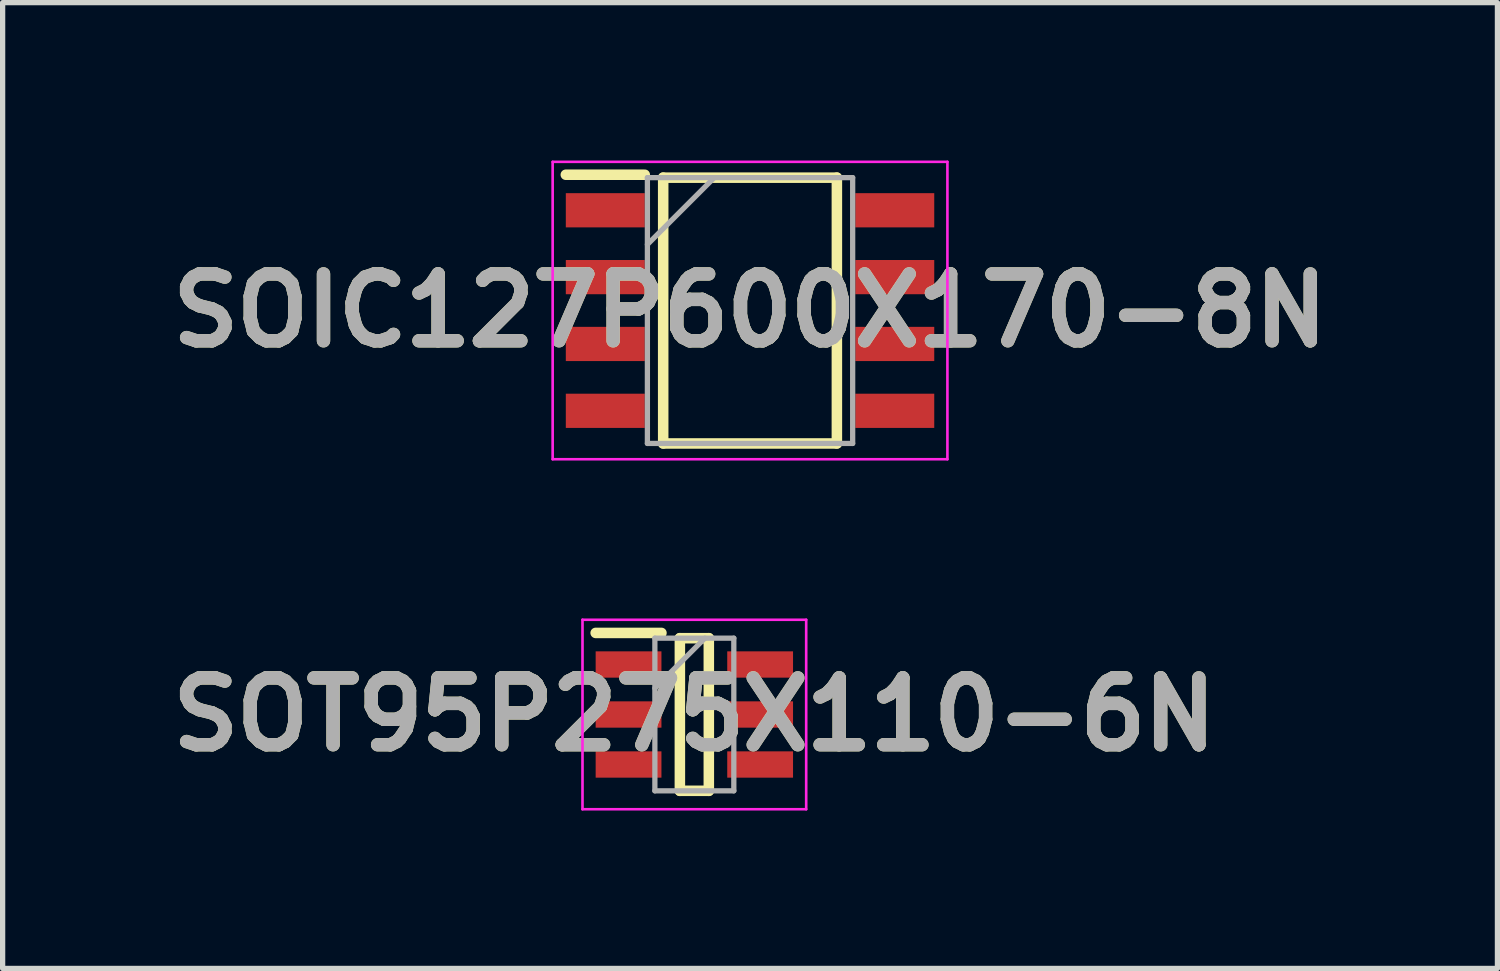
<source format=kicad_pcb>
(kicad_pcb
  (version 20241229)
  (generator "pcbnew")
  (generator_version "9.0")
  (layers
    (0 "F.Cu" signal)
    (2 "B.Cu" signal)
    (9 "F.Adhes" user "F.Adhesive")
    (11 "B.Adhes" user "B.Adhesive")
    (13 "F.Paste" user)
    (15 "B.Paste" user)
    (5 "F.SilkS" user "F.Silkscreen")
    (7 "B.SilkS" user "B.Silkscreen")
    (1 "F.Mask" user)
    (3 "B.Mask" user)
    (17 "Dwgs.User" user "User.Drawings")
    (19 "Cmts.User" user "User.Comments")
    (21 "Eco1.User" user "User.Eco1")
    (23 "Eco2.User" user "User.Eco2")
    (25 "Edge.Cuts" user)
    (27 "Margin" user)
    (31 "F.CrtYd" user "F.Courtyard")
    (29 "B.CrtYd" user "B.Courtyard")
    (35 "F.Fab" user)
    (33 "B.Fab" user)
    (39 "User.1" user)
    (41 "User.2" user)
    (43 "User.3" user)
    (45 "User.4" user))
  (footprint "SOT95P275X110-6N"
    (layer "F.Cu")
    (at 10.142 10.525)
    (property "Reference" "SOT95P275X110-6N" (at 0 0 0) (layer "F.SilkS") (effects (font (size 1.27 1.27) (thickness 0.254))))
    (attr smd)
    (fp_line (start -1.875 -1.55) (end -0.625 -1.55) (stroke (width 0.2) (type solid)) (layer "F.SilkS"))
    (fp_line (start -0.275 -1.45) (end 0.275 -1.45) (stroke (width 0.2) (type solid)) (layer "F.SilkS"))
    (fp_line (start -0.275 1.45) (end -0.275 -1.45) (stroke (width 0.2) (type solid)) (layer "F.SilkS"))
    (fp_line (start 0.275 -1.45) (end 0.275 1.45) (stroke (width 0.2) (type solid)) (layer "F.SilkS"))
    (fp_line (start 0.275 1.45) (end -0.275 1.45) (stroke (width 0.2) (type solid)) (layer "F.SilkS"))
    (fp_line (start -2.125 -1.8) (end 2.125 -1.8) (stroke (width 0.05) (type solid)) (layer "F.CrtYd"))
    (fp_line (start -2.125 1.8) (end -2.125 -1.8) (stroke (width 0.05) (type solid)) (layer "F.CrtYd"))
    (fp_line (start 2.125 -1.8) (end 2.125 1.8) (stroke (width 0.05) (type solid)) (layer "F.CrtYd"))
    (fp_line (start 2.125 1.8) (end -2.125 1.8) (stroke (width 0.05) (type solid)) (layer "F.CrtYd"))
    (fp_line (start -0.75 -1.45) (end 0.75 -1.45) (stroke (width 0.1) (type solid)) (layer "F.Fab"))
    (fp_line (start -0.75 -0.5) (end 0.2 -1.45) (stroke (width 0.1) (type solid)) (layer "F.Fab"))
    (fp_line (start -0.75 1.45) (end -0.75 -1.45) (stroke (width 0.1) (type solid)) (layer "F.Fab"))
    (fp_line (start 0.75 -1.45) (end 0.75 1.45) (stroke (width 0.1) (type solid)) (layer "F.Fab"))
    (fp_line (start 0.75 1.45) (end -0.75 1.45) (stroke (width 0.1) (type solid)) (layer "F.Fab"))
    (fp_text user "${REFERENCE}" (at 0 0 0) (layer "F.Fab") (effects (font (size 1.27 1.27) (thickness 0.254))))
    (pad "1" smd rect (at -1.25 -0.95 90) (size 0.5 1.25) (layers "F.Cu" "F.Mask" "F.Paste"))
    (pad "2" smd rect (at -1.25 0 90) (size 0.5 1.25) (layers "F.Cu" "F.Mask" "F.Paste"))
    (pad "3" smd rect (at -1.25 0.95 90) (size 0.5 1.25) (layers "F.Cu" "F.Mask" "F.Paste"))
    (pad "4" smd rect (at 1.25 0.95 90) (size 0.5 1.25) (layers "F.Cu" "F.Mask" "F.Paste"))
    (pad "5" smd rect (at 1.25 0 90) (size 0.5 1.25) (layers "F.Cu" "F.Mask" "F.Paste"))
    (pad "6" smd rect (at 1.25 -0.95 90) (size 0.5 1.25) (layers "F.Cu" "F.Mask" "F.Paste")))
  (footprint "SOIC127P600X170-8N"
    (layer "F.Cu")
    (at 11.2 2.85)
    (property "Reference" "SOIC127P600X170-8N" (at 0 0 0) (layer "F.SilkS") (effects (font (size 1.27 1.27) (thickness 0.254))))
    (attr smd)
    (fp_line (start -3.5 -2.58) (end -2 -2.58) (stroke (width 0.2) (type solid)) (layer "F.SilkS"))
    (fp_line (start -1.65 -2.525) (end 1.65 -2.525) (stroke (width 0.2) (type solid)) (layer "F.SilkS"))
    (fp_line (start -1.65 2.525) (end -1.65 -2.525) (stroke (width 0.2) (type solid)) (layer "F.SilkS"))
    (fp_line (start 1.65 -2.525) (end 1.65 2.525) (stroke (width 0.2) (type solid)) (layer "F.SilkS"))
    (fp_line (start 1.65 2.525) (end -1.65 2.525) (stroke (width 0.2) (type solid)) (layer "F.SilkS"))
    (fp_line (start -3.75 -2.825) (end 3.75 -2.825) (stroke (width 0.05) (type solid)) (layer "F.CrtYd"))
    (fp_line (start -3.75 2.825) (end -3.75 -2.825) (stroke (width 0.05) (type solid)) (layer "F.CrtYd"))
    (fp_line (start 3.75 -2.825) (end 3.75 2.825) (stroke (width 0.05) (type solid)) (layer "F.CrtYd"))
    (fp_line (start 3.75 2.825) (end -3.75 2.825) (stroke (width 0.05) (type solid)) (layer "F.CrtYd"))
    (fp_line (start -1.95 -2.525) (end 1.95 -2.525) (stroke (width 0.1) (type solid)) (layer "F.Fab"))
    (fp_line (start -1.95 -1.255) (end -0.68 -2.525) (stroke (width 0.1) (type solid)) (layer "F.Fab"))
    (fp_line (start -1.95 2.525) (end -1.95 -2.525) (stroke (width 0.1) (type solid)) (layer "F.Fab"))
    (fp_line (start 1.95 -2.525) (end 1.95 2.525) (stroke (width 0.1) (type solid)) (layer "F.Fab"))
    (fp_line (start 1.95 2.525) (end -1.95 2.525) (stroke (width 0.1) (type solid)) (layer "F.Fab"))
    (fp_text user "${REFERENCE}" (at 0 0 0) (layer "F.Fab") (effects (font (size 1.27 1.27) (thickness 0.254))))
    (pad "1" smd rect (at -2.75 -1.905 90) (size 0.65 1.5) (layers "F.Cu" "F.Mask" "F.Paste"))
    (pad "2" smd rect (at -2.75 -0.635 90) (size 0.65 1.5) (layers "F.Cu" "F.Mask" "F.Paste"))
    (pad "3" smd rect (at -2.75 0.635 90) (size 0.65 1.5) (layers "F.Cu" "F.Mask" "F.Paste"))
    (pad "4" smd rect (at -2.75 1.905 90) (size 0.65 1.5) (layers "F.Cu" "F.Mask" "F.Paste"))
    (pad "5" smd rect (at 2.75 1.905 90) (size 0.65 1.5) (layers "F.Cu" "F.Mask" "F.Paste"))
    (pad "6" smd rect (at 2.75 0.635 90) (size 0.65 1.5) (layers "F.Cu" "F.Mask" "F.Paste"))
    (pad "7" smd rect (at 2.75 -0.635 90) (size 0.65 1.5) (layers "F.Cu" "F.Mask" "F.Paste"))
    (pad "8" smd rect (at 2.75 -1.905 90) (size 0.65 1.5) (layers "F.Cu" "F.Mask" "F.Paste")))
  (gr_rect
    (start -3 -3)
    (end 25.4 15.35)
    (stroke (width 0.1) (type default))
    (fill no)
    (layer "Edge.Cuts")))
</source>
